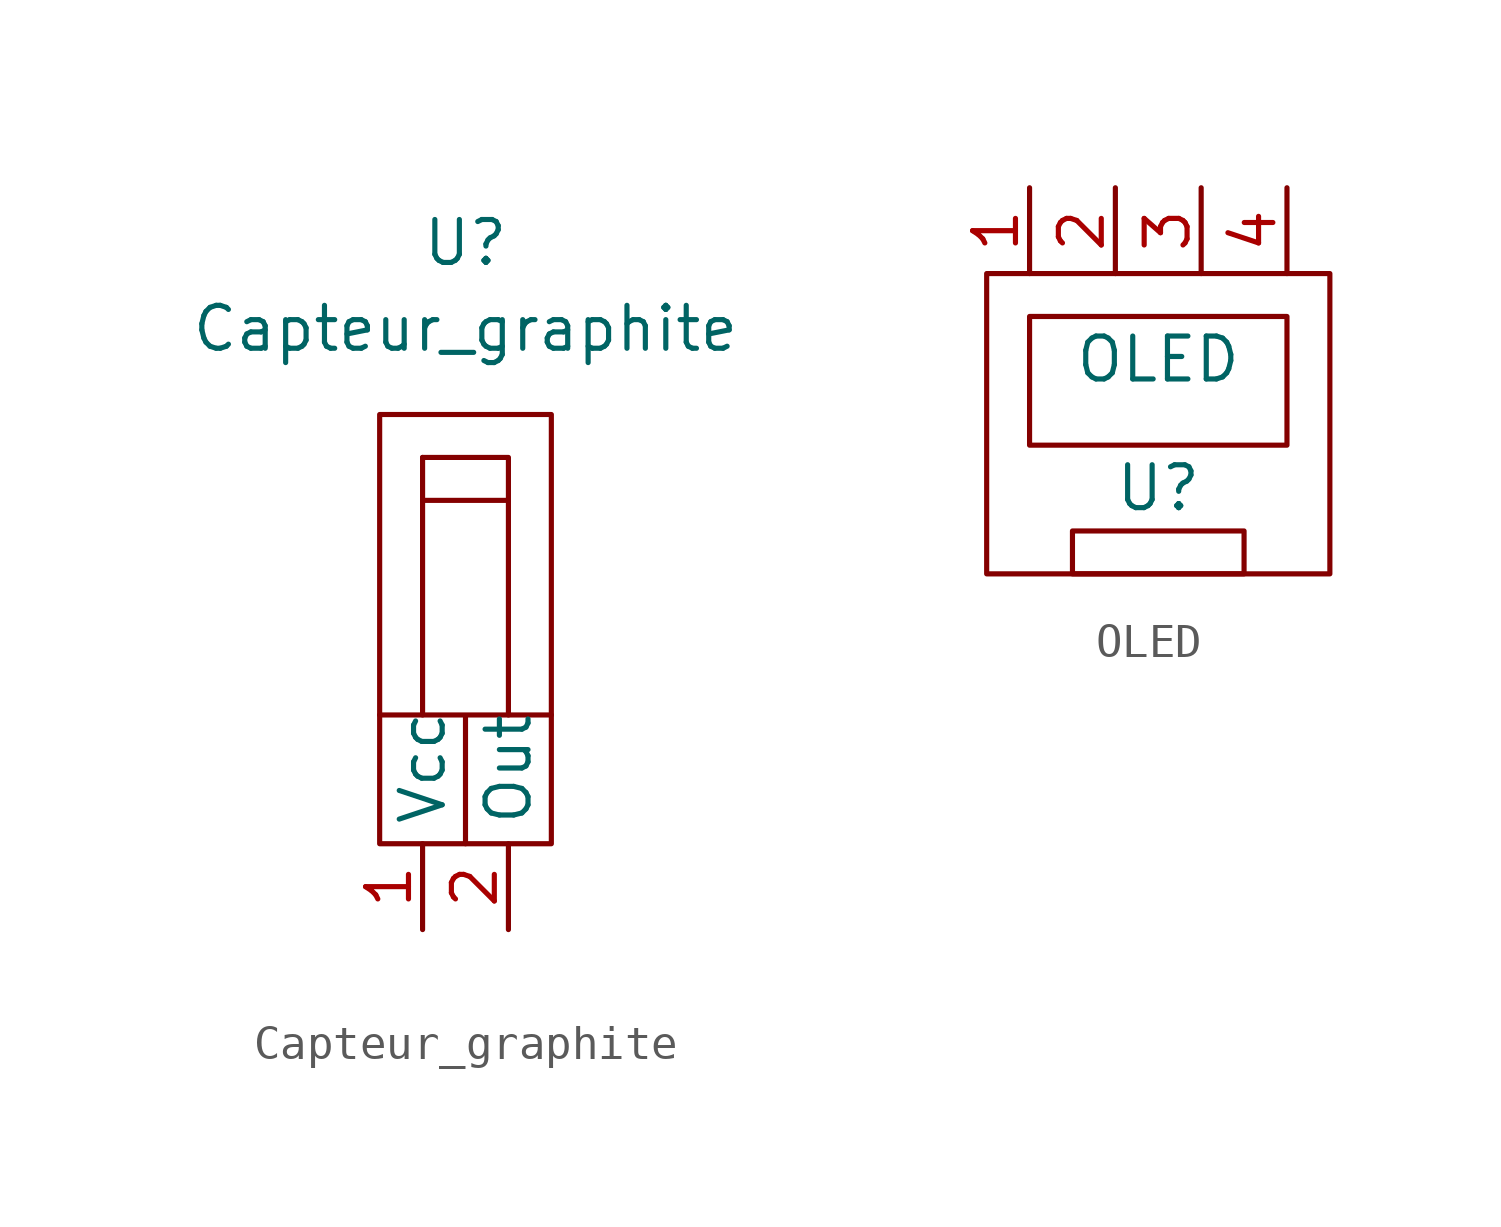
<source format=kicad_sym>
(kicad_symbol_lib
  (version 20211014)
  (generator kicad_symbol_editor)
  (symbol "Capteur_graphite"
    (property "Reference" "U"
      (at 0 7.62 0)
      (effects (font (size 1.27 1.27))))
    (property "Value" "Capteur_graphite"
      (at 0 5.08 0)
      (effects (font (size 1.27 1.27))))
    (symbol "Capteur_graphite_0_1"
      (rectangle (start -2.54 2.54) (end 2.54 -10.16) (stroke (width 0) (type default) (color 0 0 0 0)) (fill (type none)))
      (polyline (pts (xy -1.27 0) (xy 1.27 0)) (stroke (width 0) (type default) (color 0 0 0 0)) (fill (type none)))
      (polyline (pts (xy -1.27 1.27) (xy -1.27 -6.35)) (stroke (width 0) (type default) (color 0 0 0 0)) (fill (type none)))
      (polyline (pts (xy -1.27 1.27) (xy 1.27 1.27) (xy 1.27 -6.35)) (stroke (width 0) (type default) (color 0 0 0 0)) (fill (type none)))
      (polyline (pts (xy -2.54 -6.35) (xy 2.54 -6.35) (xy 0 -6.35) (xy 0 -10.16)) (stroke (width 0) (type default) (color 0 0 0 0)) (fill (type none))))
    (symbol "Capteur_graphite_1_1"
      (pin input line (at -1.27 -12.7 90) (length 2.54) (name "Vcc" (effects (font (size 1.27 1.27)))) (number "1" (effects (font (size 1.27 1.27)))))
      (pin input line (at 1.27 -12.7 90) (length 2.54) (name "Out" (effects (font (size 1.27 1.27)))) (number "2" (effects (font (size 1.27 1.27)))))))
  (symbol "OLED"
    (property "Reference" "U"
      (at 0 -6.35 0)
      (effects (font (size 1.27 1.27))))
    (property "Value" "OLED"
      (at 0 -2.54 0)
      (effects (font (size 1.27 1.27))))
    (symbol "OLED_0_1"
      (rectangle (start -5.08 0) (end 5.08 -8.89) (stroke (width 0) (type default) (color 0 0 0 0)) (fill (type none)))
      (rectangle (start -3.81 -1.27) (end 3.81 -5.08) (stroke (width 0) (type default) (color 0 0 0 0)) (fill (type none)))
      (rectangle (start -2.54 -8.89) (end 2.54 -7.62) (stroke (width 0) (type default) (color 0 0 0 0)) (fill (type none))))
    (symbol "OLED_1_1"
      (pin input line (at -3.81 2.54 270) (length 2.54) (name "" (effects (font (size 1.27 1.27)))) (number "1" (effects (font (size 1.27 1.27)))))
      (pin input line (at -1.27 2.54 270) (length 2.54) (name "" (effects (font (size 1.27 1.27)))) (number "2" (effects (font (size 1.27 1.27)))))
      (pin input line (at 1.27 2.54 270) (length 2.54) (name "" (effects (font (size 1.27 1.27)))) (number "3" (effects (font (size 1.27 1.27)))))
      (pin input line (at 3.81 2.54 270) (length 2.54) (name "" (effects (font (size 1.27 1.27)))) (number "4" (effects (font (size 1.27 1.27))))))))
</source>
